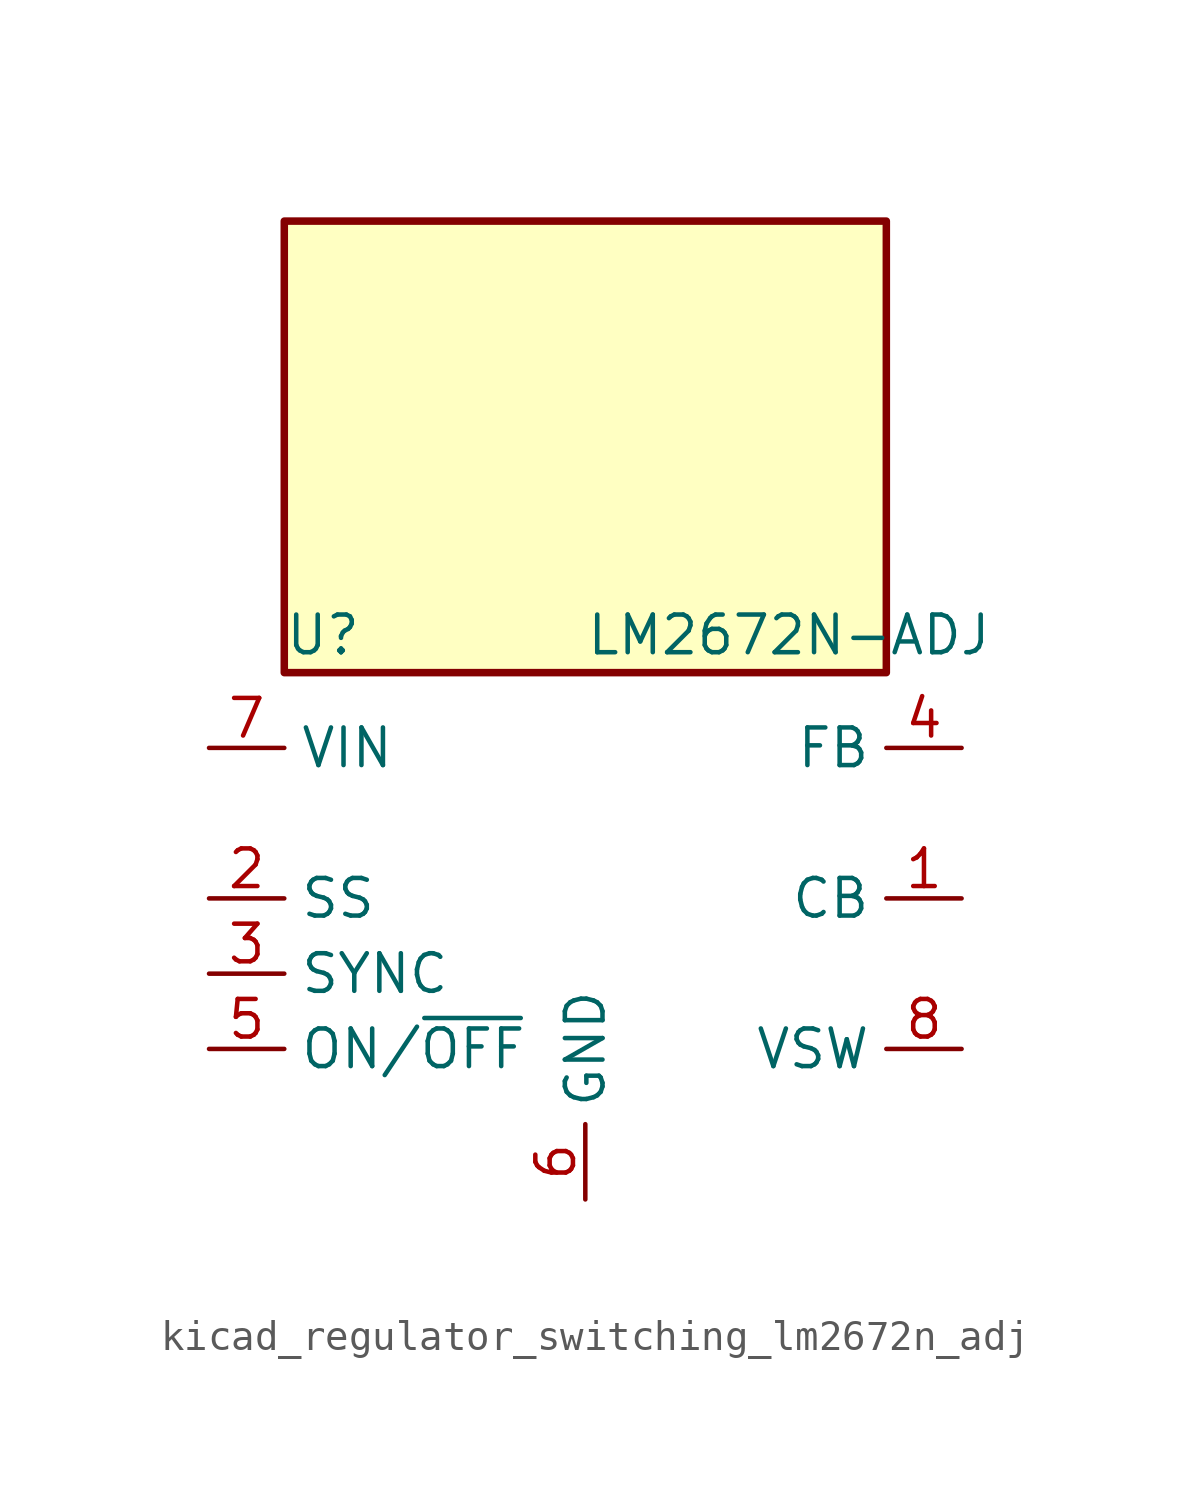
<source format=kicad_sym>
(kicad_symbol_lib
  (version 20220914)
  (generator kicad_symbol_editor)
  (symbol "kicad_regulator_switching_lm2672n_adj"
    (property "Reference" "U"
      (at -10.16 8.89 0)
      (effects (font (size 1.27 1.27)) (justify left)))
    (property "Value" "LM2672N-ADJ"
      (at 0 8.89 0)
      (effects (font (size 1.27 1.27)) (justify left)))
    (symbol "kicad_regulator_switching_lm2672n_adj_0_1"
      (rectangle (start 10.16 22.86) (end -10.16 7.62) (stroke (width 0.254) (type default)) (fill (type background))))
    (symbol "kicad_regulator_switching_lm2672n_adj_1_1"
      (pin input line (at 12.7 0 180) (length 2.54) (name "CB" (effects (font (size 1.27 1.27)))) (number "1" (effects (font (size 1.27 1.27)))))
      (pin input line (at -12.7 0 0) (length 2.54) (name "SS" (effects (font (size 1.27 1.27)))) (number "2" (effects (font (size 1.27 1.27)))))
      (pin input line (at -12.7 -2.54 0) (length 2.54) (name "SYNC" (effects (font (size 1.27 1.27)))) (number "3" (effects (font (size 1.27 1.27)))))
      (pin input line (at 12.7 5.08 180) (length 2.54) (name "FB" (effects (font (size 1.27 1.27)))) (number "4" (effects (font (size 1.27 1.27)))))
      (pin input line (at -12.7 -5.08 0) (length 2.54) (name "ON/~{OFF}" (effects (font (size 1.27 1.27)))) (number "5" (effects (font (size 1.27 1.27)))))
      (pin power_in line (at 0 -10.16 90) (length 2.54) (name "GND" (effects (font (size 1.27 1.27)))) (number "6" (effects (font (size 1.27 1.27)))))
      (pin power_in line (at -12.7 5.08 0) (length 2.54) (name "VIN" (effects (font (size 1.27 1.27)))) (number "7" (effects (font (size 1.27 1.27)))))
      (pin output line (at 12.7 -5.08 180) (length 2.54) (name "VSW" (effects (font (size 1.27 1.27)))) (number "8" (effects (font (size 1.27 1.27))))))))
</source>
